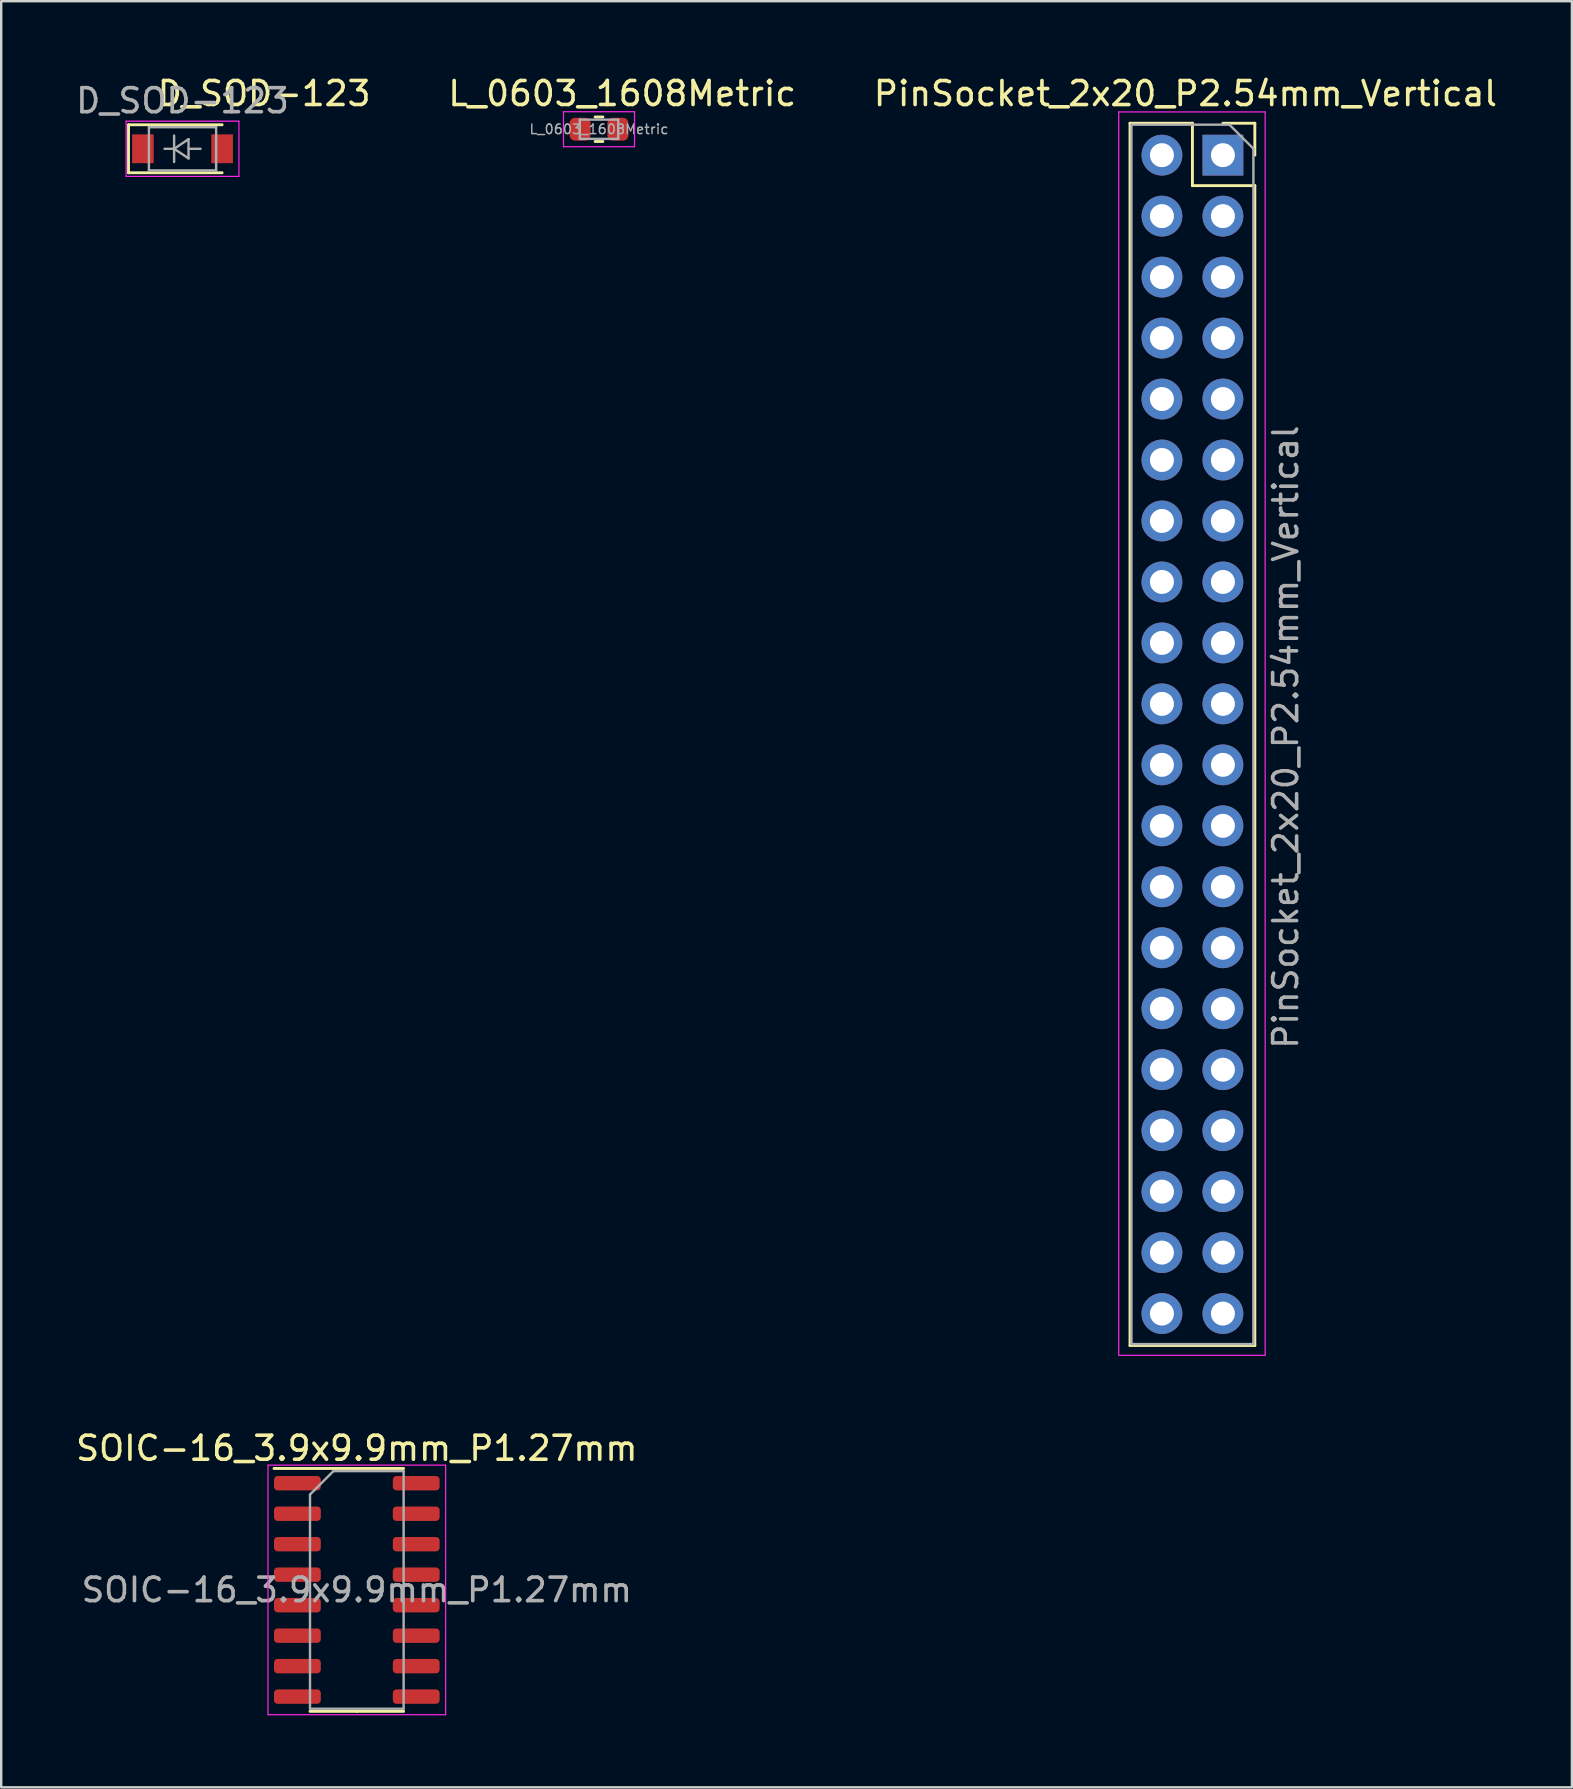
<source format=kicad_pcb>
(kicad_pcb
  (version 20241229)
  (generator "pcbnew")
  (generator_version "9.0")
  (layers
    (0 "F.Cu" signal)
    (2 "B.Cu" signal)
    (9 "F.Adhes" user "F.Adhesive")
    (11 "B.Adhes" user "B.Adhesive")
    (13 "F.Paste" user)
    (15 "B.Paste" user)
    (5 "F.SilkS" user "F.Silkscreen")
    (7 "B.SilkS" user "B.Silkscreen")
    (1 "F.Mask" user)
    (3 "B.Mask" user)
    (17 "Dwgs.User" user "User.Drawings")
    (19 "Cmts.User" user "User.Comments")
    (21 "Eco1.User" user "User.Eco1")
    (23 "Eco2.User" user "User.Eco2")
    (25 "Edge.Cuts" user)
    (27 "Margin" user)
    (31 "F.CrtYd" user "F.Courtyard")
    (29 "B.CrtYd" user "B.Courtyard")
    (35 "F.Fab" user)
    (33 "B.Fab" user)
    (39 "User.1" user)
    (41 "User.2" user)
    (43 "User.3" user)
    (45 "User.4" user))
  (footprint "D_SOD-123"
    (layer "F.Cu")
    (at 4.554 3.148)
    (property "Reference" "D_SOD-123" (at 3.4 -2.3 0) (layer "F.SilkS") (effects (font (size 1 1) (thickness 0.15))))
    (attr smd)
    (fp_line (start -2.25 -1) (end -2.25 1) (stroke (width 0.12) (type solid)) (layer "F.SilkS"))
    (fp_line (start -2.25 -1) (end 1.65 -1) (stroke (width 0.12) (type solid)) (layer "F.SilkS"))
    (fp_line (start -2.25 1) (end 1.65 1) (stroke (width 0.12) (type solid)) (layer "F.SilkS"))
    (fp_line (start -2.35 -1.15) (end -2.35 1.15) (stroke (width 0.05) (type solid)) (layer "F.CrtYd"))
    (fp_line (start -2.35 -1.15) (end 2.35 -1.15) (stroke (width 0.05) (type solid)) (layer "F.CrtYd"))
    (fp_line (start 2.35 -1.15) (end 2.35 1.15) (stroke (width 0.05) (type solid)) (layer "F.CrtYd"))
    (fp_line (start 2.35 1.15) (end -2.35 1.15) (stroke (width 0.05) (type solid)) (layer "F.CrtYd"))
    (fp_line (start -1.4 -0.9) (end 1.4 -0.9) (stroke (width 0.1) (type solid)) (layer "F.Fab"))
    (fp_line (start -1.4 0.9) (end -1.4 -0.9) (stroke (width 0.1) (type solid)) (layer "F.Fab"))
    (fp_line (start -0.75 0) (end -0.35 0) (stroke (width 0.1) (type solid)) (layer "F.Fab"))
    (fp_line (start -0.35 0) (end -0.35 -0.55) (stroke (width 0.1) (type solid)) (layer "F.Fab"))
    (fp_line (start -0.35 0) (end -0.35 0.55) (stroke (width 0.1) (type solid)) (layer "F.Fab"))
    (fp_line (start -0.35 0) (end 0.25 -0.4) (stroke (width 0.1) (type solid)) (layer "F.Fab"))
    (fp_line (start 0.25 -0.4) (end 0.25 0.4) (stroke (width 0.1) (type solid)) (layer "F.Fab"))
    (fp_line (start 0.25 0) (end 0.75 0) (stroke (width 0.1) (type solid)) (layer "F.Fab"))
    (fp_line (start 0.25 0.4) (end -0.35 0) (stroke (width 0.1) (type solid)) (layer "F.Fab"))
    (fp_line (start 1.4 -0.9) (end 1.4 0.9) (stroke (width 0.1) (type solid)) (layer "F.Fab"))
    (fp_line (start 1.4 0.9) (end -1.4 0.9) (stroke (width 0.1) (type solid)) (layer "F.Fab"))
    (fp_text user "${REFERENCE}" (at 0 -2 0) (layer "F.Fab") (effects (font (size 1 1) (thickness 0.15))))
    (pad "1" smd rect (at -1.65 0) (size 0.9 1.2) (layers "F.Cu" "F.Mask" "F.Paste"))
    (pad "2" smd rect (at 1.65 0) (size 0.9 1.2) (layers "F.Cu" "F.Mask" "F.Paste")))
  (footprint "SOIC-16_3.9x9.9mm_P1.27mm"
    (layer "F.Cu")
    (at 11.815 63.187)
    (property "Reference" "SOIC-16_3.9x9.9mm_P1.27mm" (at 0 -5.9 180) (layer "F.SilkS") (effects (font (size 1 1) (thickness 0.15))))
    (attr smd)
    (fp_line (start 0 -5.06) (end -3.45 -5.06) (stroke (width 0.12) (type solid)) (layer "F.SilkS"))
    (fp_line (start 0 -5.06) (end 1.95 -5.06) (stroke (width 0.12) (type solid)) (layer "F.SilkS"))
    (fp_line (start 0 5.06) (end -1.95 5.06) (stroke (width 0.12) (type solid)) (layer "F.SilkS"))
    (fp_line (start 0 5.06) (end 1.95 5.06) (stroke (width 0.12) (type solid)) (layer "F.SilkS"))
    (fp_line (start -3.7 -5.2) (end -3.7 5.2) (stroke (width 0.05) (type solid)) (layer "F.CrtYd"))
    (fp_line (start -3.7 5.2) (end 3.7 5.2) (stroke (width 0.05) (type solid)) (layer "F.CrtYd"))
    (fp_line (start 3.7 -5.2) (end -3.7 -5.2) (stroke (width 0.05) (type solid)) (layer "F.CrtYd"))
    (fp_line (start 3.7 5.2) (end 3.7 -5.2) (stroke (width 0.05) (type solid)) (layer "F.CrtYd"))
    (fp_line (start -1.95 -3.975) (end -0.975 -4.95) (stroke (width 0.1) (type solid)) (layer "F.Fab"))
    (fp_line (start -1.95 4.95) (end -1.95 -3.975) (stroke (width 0.1) (type solid)) (layer "F.Fab"))
    (fp_line (start -0.975 -4.95) (end 1.95 -4.95) (stroke (width 0.1) (type solid)) (layer "F.Fab"))
    (fp_line (start 1.95 -4.95) (end 1.95 4.95) (stroke (width 0.1) (type solid)) (layer "F.Fab"))
    (fp_line (start 1.95 4.95) (end -1.95 4.95) (stroke (width 0.1) (type solid)) (layer "F.Fab"))
    (fp_text user "${REFERENCE}" (at 0 0 180) (layer "F.Fab") (effects (font (size 0.98 0.98) (thickness 0.15))))
    (pad "1" smd roundrect (at -2.475 -4.445) (size 1.95 0.6) (layers "F.Cu" "F.Mask" "F.Paste") (roundrect_rratio 0.25))
    (pad "2" smd roundrect (at -2.475 -3.175) (size 1.95 0.6) (layers "F.Cu" "F.Mask" "F.Paste") (roundrect_rratio 0.25))
    (pad "3" smd roundrect (at -2.475 -1.905) (size 1.95 0.6) (layers "F.Cu" "F.Mask" "F.Paste") (roundrect_rratio 0.25))
    (pad "4" smd roundrect (at -2.475 -0.635) (size 1.95 0.6) (layers "F.Cu" "F.Mask" "F.Paste") (roundrect_rratio 0.25))
    (pad "5" smd roundrect (at -2.475 0.635) (size 1.95 0.6) (layers "F.Cu" "F.Mask" "F.Paste") (roundrect_rratio 0.25))
    (pad "6" smd roundrect (at -2.475 1.905) (size 1.95 0.6) (layers "F.Cu" "F.Mask" "F.Paste") (roundrect_rratio 0.25))
    (pad "7" smd roundrect (at -2.475 3.175) (size 1.95 0.6) (layers "F.Cu" "F.Mask" "F.Paste") (roundrect_rratio 0.25))
    (pad "8" smd roundrect (at -2.475 4.445) (size 1.95 0.6) (layers "F.Cu" "F.Mask" "F.Paste") (roundrect_rratio 0.25))
    (pad "9" smd roundrect (at 2.475 4.445) (size 1.95 0.6) (layers "F.Cu" "F.Mask" "F.Paste") (roundrect_rratio 0.25))
    (pad "10" smd roundrect (at 2.475 3.175) (size 1.95 0.6) (layers "F.Cu" "F.Mask" "F.Paste") (roundrect_rratio 0.25))
    (pad "11" smd roundrect (at 2.475 1.905) (size 1.95 0.6) (layers "F.Cu" "F.Mask" "F.Paste") (roundrect_rratio 0.25))
    (pad "12" smd roundrect (at 2.475 0.635) (size 1.95 0.6) (layers "F.Cu" "F.Mask" "F.Paste") (roundrect_rratio 0.25))
    (pad "13" smd roundrect (at 2.475 -0.635) (size 1.95 0.6) (layers "F.Cu" "F.Mask" "F.Paste") (roundrect_rratio 0.25))
    (pad "14" smd roundrect (at 2.475 -1.905) (size 1.95 0.6) (layers "F.Cu" "F.Mask" "F.Paste") (roundrect_rratio 0.25))
    (pad "15" smd roundrect (at 2.475 -3.175) (size 1.95 0.6) (layers "F.Cu" "F.Mask" "F.Paste") (roundrect_rratio 0.25))
    (pad "16" smd roundrect (at 2.475 -4.445) (size 1.95 0.6) (layers "F.Cu" "F.Mask" "F.Paste") (roundrect_rratio 0.25)))
  (footprint "L_0603_1608Metric"
    (layer "F.Cu")
    (at 21.905 2.334)
    (property "Reference" "L_0603_1608Metric" (at 0.965 -1.486 180) (layer "F.SilkS") (effects (font (size 1 1) (thickness 0.15))))
    (attr smd)
    (fp_line (start -0.163 -0.51) (end 0.163 -0.51) (stroke (width 0.12) (type solid)) (layer "F.SilkS"))
    (fp_line (start -0.163 0.51) (end 0.163 0.51) (stroke (width 0.12) (type solid)) (layer "F.SilkS"))
    (fp_line (start -1.48 -0.73) (end 1.48 -0.73) (stroke (width 0.05) (type solid)) (layer "F.CrtYd"))
    (fp_line (start -1.48 0.73) (end -1.48 -0.73) (stroke (width 0.05) (type solid)) (layer "F.CrtYd"))
    (fp_line (start 1.48 -0.73) (end 1.48 0.73) (stroke (width 0.05) (type solid)) (layer "F.CrtYd"))
    (fp_line (start 1.48 0.73) (end -1.48 0.73) (stroke (width 0.05) (type solid)) (layer "F.CrtYd"))
    (fp_line (start -0.8 -0.4) (end 0.8 -0.4) (stroke (width 0.1) (type solid)) (layer "F.Fab"))
    (fp_line (start -0.8 0.4) (end -0.8 -0.4) (stroke (width 0.1) (type solid)) (layer "F.Fab"))
    (fp_line (start 0.8 -0.4) (end 0.8 0.4) (stroke (width 0.1) (type solid)) (layer "F.Fab"))
    (fp_line (start 0.8 0.4) (end -0.8 0.4) (stroke (width 0.1) (type solid)) (layer "F.Fab"))
    (fp_text user "${REFERENCE}" (at 0 0 180) (layer "F.Fab") (effects (font (size 0.4 0.4) (thickness 0.06))))
    (pad "1" smd roundrect (at -0.787 0) (size 0.875 0.95) (layers "F.Cu" "F.Mask" "F.Paste") (roundrect_rratio 0.25))
    (pad "2" smd roundrect (at 0.787 0) (size 0.875 0.95) (layers "F.Cu" "F.Mask" "F.Paste") (roundrect_rratio 0.25)))
  (footprint "PinSocket_2x20_P2.54mm_Vertical"
    (layer "F.Cu")
    (at 47.897 3.414)
    (property "Reference" "PinSocket_2x20_P2.54mm_Vertical" (at -1.562 -2.565 180) (layer "F.SilkS") (effects (font (size 1 1) (thickness 0.15))))
    (attr through_hole)
    (fp_line (start -3.87 -1.33) (end -3.87 49.59) (stroke (width 0.12) (type solid)) (layer "F.SilkS"))
    (fp_line (start -3.87 -1.33) (end -1.27 -1.33) (stroke (width 0.12) (type solid)) (layer "F.SilkS"))
    (fp_line (start -3.87 49.59) (end 1.33 49.59) (stroke (width 0.12) (type solid)) (layer "F.SilkS"))
    (fp_line (start -1.27 -1.33) (end -1.27 1.27) (stroke (width 0.12) (type solid)) (layer "F.SilkS"))
    (fp_line (start -1.27 1.27) (end 1.33 1.27) (stroke (width 0.12) (type solid)) (layer "F.SilkS"))
    (fp_line (start 0 -1.33) (end 1.33 -1.33) (stroke (width 0.12) (type solid)) (layer "F.SilkS"))
    (fp_line (start 1.33 -1.33) (end 1.33 0) (stroke (width 0.12) (type solid)) (layer "F.SilkS"))
    (fp_line (start 1.33 1.27) (end 1.33 49.59) (stroke (width 0.12) (type solid)) (layer "F.SilkS"))
    (fp_line (start -4.34 -1.8) (end 1.76 -1.8) (stroke (width 0.05) (type solid)) (layer "F.CrtYd"))
    (fp_line (start -4.34 50) (end -4.34 -1.8) (stroke (width 0.05) (type solid)) (layer "F.CrtYd"))
    (fp_line (start 1.76 -1.8) (end 1.76 50) (stroke (width 0.05) (type solid)) (layer "F.CrtYd"))
    (fp_line (start 1.76 50) (end -4.34 50) (stroke (width 0.05) (type solid)) (layer "F.CrtYd"))
    (fp_line (start -3.81 -1.27) (end 0.27 -1.27) (stroke (width 0.1) (type solid)) (layer "F.Fab"))
    (fp_line (start -3.81 49.53) (end -3.81 -1.27) (stroke (width 0.1) (type solid)) (layer "F.Fab"))
    (fp_line (start 0.27 -1.27) (end 1.27 -0.27) (stroke (width 0.1) (type solid)) (layer "F.Fab"))
    (fp_line (start 1.27 -0.27) (end 1.27 49.53) (stroke (width 0.1) (type solid)) (layer "F.Fab"))
    (fp_line (start 1.27 49.53) (end -3.81 49.53) (stroke (width 0.1) (type solid)) (layer "F.Fab"))
    (fp_text user "${REFERENCE}" (at 2.616 24.244 90) (layer "F.Fab") (effects (font (size 1 1) (thickness 0.15))))
    (pad "1" thru_hole rect (at 0 0) (size 1.7 1.7) (drill 1) (layers "*.Cu" "*.Mask"))
    (pad "2" thru_hole oval (at -2.54 0) (size 1.7 1.7) (drill 1) (layers "*.Cu" "*.Mask"))
    (pad "3" thru_hole oval (at 0 2.54) (size 1.7 1.7) (drill 1) (layers "*.Cu" "*.Mask"))
    (pad "4" thru_hole oval (at -2.54 2.54) (size 1.7 1.7) (drill 1) (layers "*.Cu" "*.Mask"))
    (pad "5" thru_hole oval (at 0 5.08) (size 1.7 1.7) (drill 1) (layers "*.Cu" "*.Mask"))
    (pad "6" thru_hole oval (at -2.54 5.08) (size 1.7 1.7) (drill 1) (layers "*.Cu" "*.Mask"))
    (pad "7" thru_hole oval (at 0 7.62) (size 1.7 1.7) (drill 1) (layers "*.Cu" "*.Mask"))
    (pad "8" thru_hole oval (at -2.54 7.62) (size 1.7 1.7) (drill 1) (layers "*.Cu" "*.Mask"))
    (pad "9" thru_hole oval (at 0 10.16) (size 1.7 1.7) (drill 1) (layers "*.Cu" "*.Mask"))
    (pad "10" thru_hole oval (at -2.54 10.16) (size 1.7 1.7) (drill 1) (layers "*.Cu" "*.Mask"))
    (pad "11" thru_hole oval (at 0 12.7) (size 1.7 1.7) (drill 1) (layers "*.Cu" "*.Mask"))
    (pad "12" thru_hole oval (at -2.54 12.7) (size 1.7 1.7) (drill 1) (layers "*.Cu" "*.Mask"))
    (pad "13" thru_hole oval (at 0 15.24) (size 1.7 1.7) (drill 1) (layers "*.Cu" "*.Mask"))
    (pad "14" thru_hole oval (at -2.54 15.24) (size 1.7 1.7) (drill 1) (layers "*.Cu" "*.Mask"))
    (pad "15" thru_hole oval (at 0 17.78) (size 1.7 1.7) (drill 1) (layers "*.Cu" "*.Mask"))
    (pad "16" thru_hole oval (at -2.54 17.78) (size 1.7 1.7) (drill 1) (layers "*.Cu" "*.Mask"))
    (pad "17" thru_hole oval (at 0 20.32) (size 1.7 1.7) (drill 1) (layers "*.Cu" "*.Mask"))
    (pad "18" thru_hole oval (at -2.54 20.32) (size 1.7 1.7) (drill 1) (layers "*.Cu" "*.Mask"))
    (pad "19" thru_hole oval (at 0 22.86) (size 1.7 1.7) (drill 1) (layers "*.Cu" "*.Mask"))
    (pad "20" thru_hole oval (at -2.54 22.86) (size 1.7 1.7) (drill 1) (layers "*.Cu" "*.Mask"))
    (pad "21" thru_hole oval (at 0 25.4) (size 1.7 1.7) (drill 1) (layers "*.Cu" "*.Mask"))
    (pad "22" thru_hole oval (at -2.54 25.4) (size 1.7 1.7) (drill 1) (layers "*.Cu" "*.Mask"))
    (pad "23" thru_hole oval (at 0 27.94) (size 1.7 1.7) (drill 1) (layers "*.Cu" "*.Mask"))
    (pad "24" thru_hole oval (at -2.54 27.94) (size 1.7 1.7) (drill 1) (layers "*.Cu" "*.Mask"))
    (pad "25" thru_hole oval (at 0 30.48) (size 1.7 1.7) (drill 1) (layers "*.Cu" "*.Mask"))
    (pad "26" thru_hole oval (at -2.54 30.48) (size 1.7 1.7) (drill 1) (layers "*.Cu" "*.Mask"))
    (pad "27" thru_hole oval (at 0 33.02) (size 1.7 1.7) (drill 1) (layers "*.Cu" "*.Mask"))
    (pad "28" thru_hole oval (at -2.54 33.02) (size 1.7 1.7) (drill 1) (layers "*.Cu" "*.Mask"))
    (pad "29" thru_hole oval (at 0 35.56) (size 1.7 1.7) (drill 1) (layers "*.Cu" "*.Mask"))
    (pad "30" thru_hole oval (at -2.54 35.56) (size 1.7 1.7) (drill 1) (layers "*.Cu" "*.Mask"))
    (pad "31" thru_hole oval (at 0 38.1) (size 1.7 1.7) (drill 1) (layers "*.Cu" "*.Mask"))
    (pad "32" thru_hole oval (at -2.54 38.1) (size 1.7 1.7) (drill 1) (layers "*.Cu" "*.Mask"))
    (pad "33" thru_hole oval (at 0 40.64) (size 1.7 1.7) (drill 1) (layers "*.Cu" "*.Mask"))
    (pad "34" thru_hole oval (at -2.54 40.64) (size 1.7 1.7) (drill 1) (layers "*.Cu" "*.Mask"))
    (pad "35" thru_hole oval (at 0 43.18) (size 1.7 1.7) (drill 1) (layers "*.Cu" "*.Mask"))
    (pad "36" thru_hole oval (at -2.54 43.18) (size 1.7 1.7) (drill 1) (layers "*.Cu" "*.Mask"))
    (pad "37" thru_hole oval (at 0 45.72) (size 1.7 1.7) (drill 1) (layers "*.Cu" "*.Mask"))
    (pad "38" thru_hole oval (at -2.54 45.72) (size 1.7 1.7) (drill 1) (layers "*.Cu" "*.Mask"))
    (pad "39" thru_hole oval (at 0 48.26) (size 1.7 1.7) (drill 1) (layers "*.Cu" "*.Mask"))
    (pad "40" thru_hole oval (at -2.54 48.26) (size 1.7 1.7) (drill 1) (layers "*.Cu" "*.Mask")))
  (gr_rect
    (start -3 -3)
    (end 62.436 71.412)
    (stroke (width 0.1) (type default))
    (fill no)
    (layer "Edge.Cuts")))
</source>
